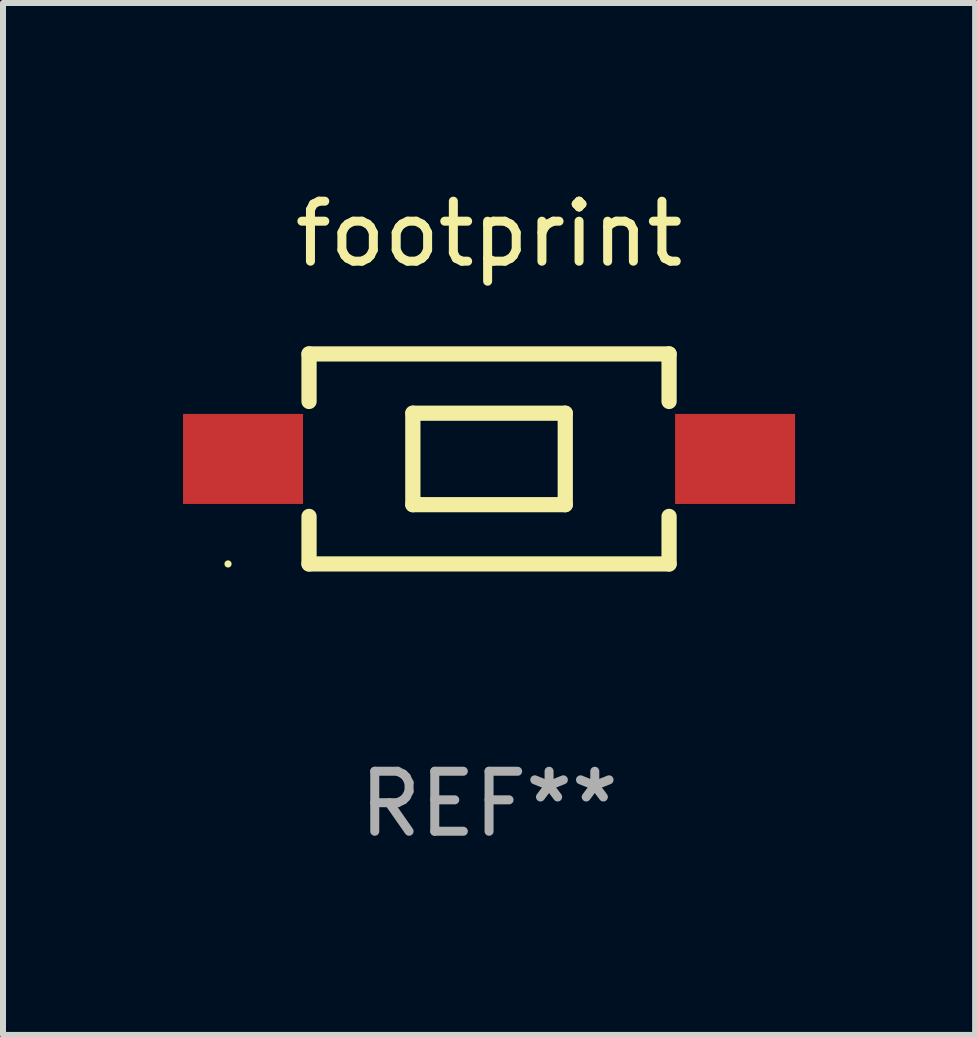
<source format=kicad_pcb>
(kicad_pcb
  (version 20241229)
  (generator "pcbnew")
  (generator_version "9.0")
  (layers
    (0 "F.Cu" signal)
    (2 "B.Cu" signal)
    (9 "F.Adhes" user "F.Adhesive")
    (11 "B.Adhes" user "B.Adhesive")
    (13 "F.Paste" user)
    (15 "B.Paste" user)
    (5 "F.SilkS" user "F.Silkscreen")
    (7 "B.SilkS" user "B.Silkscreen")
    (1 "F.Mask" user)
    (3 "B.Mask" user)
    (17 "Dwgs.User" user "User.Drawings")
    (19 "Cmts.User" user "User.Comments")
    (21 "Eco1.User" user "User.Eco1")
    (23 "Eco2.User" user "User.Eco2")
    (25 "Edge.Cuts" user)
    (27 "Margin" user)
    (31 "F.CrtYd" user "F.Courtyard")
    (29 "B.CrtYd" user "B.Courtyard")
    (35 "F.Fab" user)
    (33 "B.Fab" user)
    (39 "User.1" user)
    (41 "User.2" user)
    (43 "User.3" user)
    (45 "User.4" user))
  (footprint "footprint"
    (layer "F.Cu")
    (at 5.1 4.598)
    (property "Reference" "footprint" (at 0 -3.75 0) (layer "F.SilkS") (effects (font (size 1 1) (thickness 0.15))))
    (attr smd)
    (fp_line (start -3 -1.75) (end 3 -1.75) (stroke (width 0.254) (type solid)) (layer "F.SilkS"))
    (fp_line (start -3 -0.958) (end -3 -1.75) (stroke (width 0.254) (type solid)) (layer "F.SilkS"))
    (fp_line (start -3 1.75) (end -3 0.958) (stroke (width 0.254) (type solid)) (layer "F.SilkS"))
    (fp_line (start -1.27 -0.762) (end 1.27 -0.762) (stroke (width 0.254) (type solid)) (layer "F.SilkS"))
    (fp_line (start -1.27 0.762) (end -1.27 -0.762) (stroke (width 0.254) (type solid)) (layer "F.SilkS"))
    (fp_line (start 1.27 -0.762) (end 1.27 0.762) (stroke (width 0.254) (type solid)) (layer "F.SilkS"))
    (fp_line (start 1.27 0.762) (end -1.27 0.762) (stroke (width 0.254) (type solid)) (layer "F.SilkS"))
    (fp_line (start 3 -1.75) (end 3 -0.958) (stroke (width 0.254) (type solid)) (layer "F.SilkS"))
    (fp_line (start 3 0.958) (end 3 1.75) (stroke (width 0.254) (type solid)) (layer "F.SilkS"))
    (fp_line (start 3 1.75) (end -3 1.75) (stroke (width 0.254) (type solid)) (layer "F.SilkS"))
    (fp_circle (center -4.35 1.75) (end -4.32 1.75) (stroke (width 0.06) (type solid)) (fill no) (layer "F.SilkS"))
    (fp_text user "REF**" (at 0 5.75 0) (layer "F.Fab") (effects (font (size 1 1) (thickness 0.15))))
    (pad "1" smd rect (at -4.1 0 90) (size 1.5 2) (layers "F.Cu" "F.Mask" "F.Paste"))
    (pad "2" smd rect (at 4.1 0 90) (size 1.5 2) (layers "F.Cu" "F.Mask" "F.Paste")))
  (gr_rect
    (start -3 -3)
    (end 13.2 14.197)
    (stroke (width 0.1) (type default))
    (fill no)
    (layer "Edge.Cuts")))
</source>
